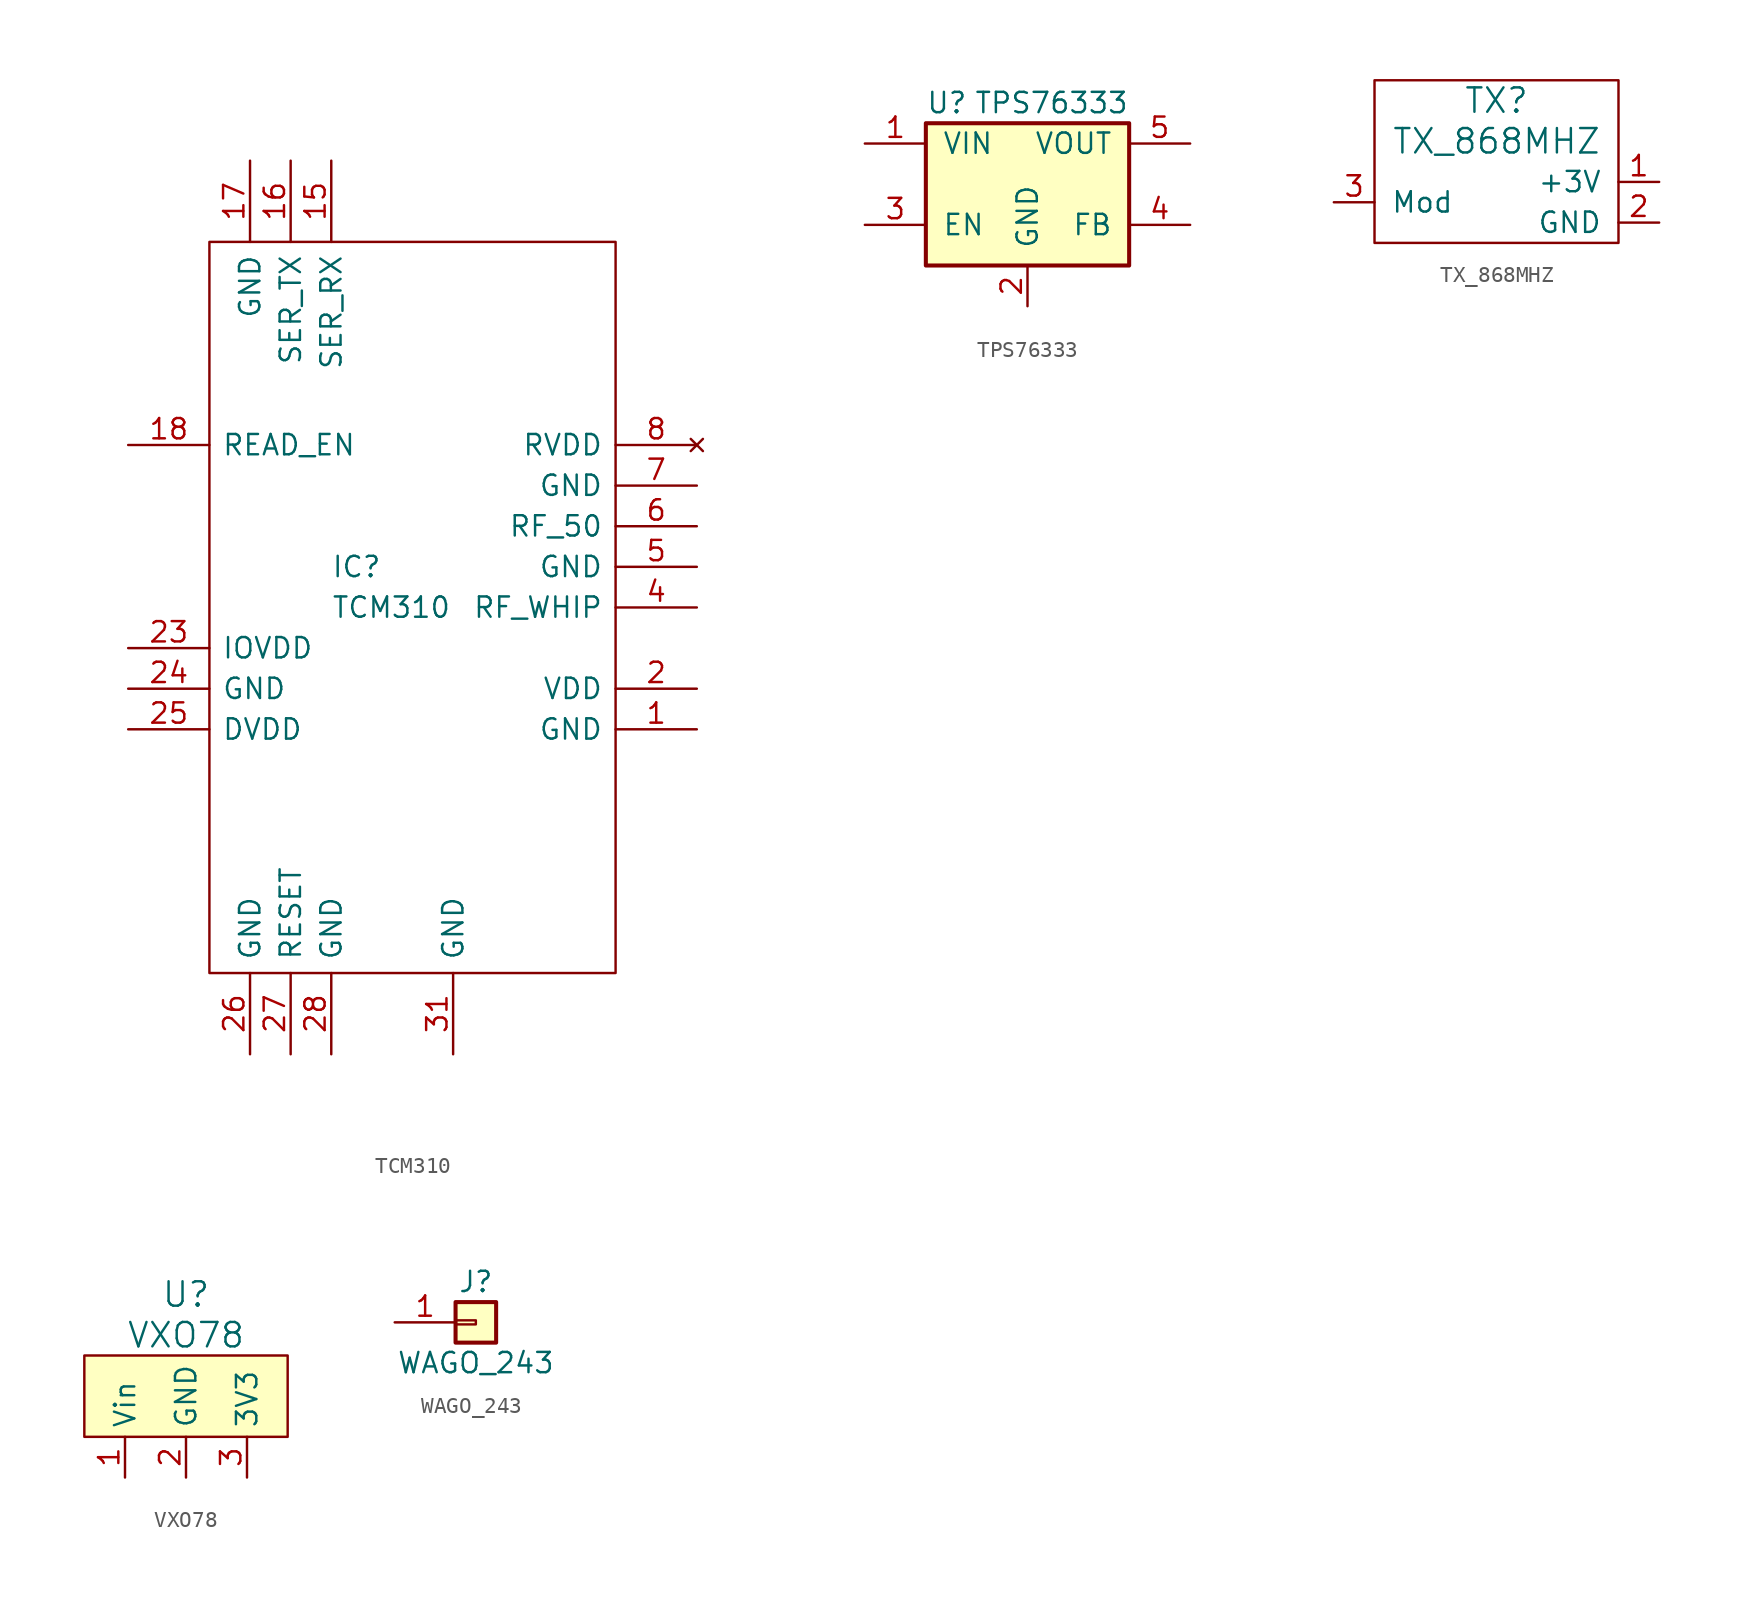
<source format=kicad_sym>
(kicad_symbol_lib
  (version 20220126)
  (generator kicad_symbol_editor)
  (symbol "TCM310"
    (pin_names
      (offset 0.762))
    (property "Reference" "IC"
      (at 12.7 -7.62 0)
      (effects (font (size 1.27 1.27)) (justify left)))
    (property "Value" "TCM310"
      (at 12.7 -10.16 0)
      (effects (font (size 1.27 1.27)) (justify left)))
    (symbol "TCM310_0_0"
      (pin power_in line (at 35.56 -17.78 180) (length 5.08) (name "GND" (effects (font (size 1.27 1.27)))) (number "1" (effects (font (size 1.27 1.27)))))
      (pin input line (at 12.7 17.78 270) (length 5.08) (name "SER_RX" (effects (font (size 1.27 1.27)))) (number "15" (effects (font (size 1.27 1.27)))))
      (pin output line (at 10.16 17.78 270) (length 5.08) (name "SER_TX" (effects (font (size 1.27 1.27)))) (number "16" (effects (font (size 1.27 1.27)))))
      (pin power_in line (at 7.62 17.78 270) (length 5.08) (name "GND" (effects (font (size 1.27 1.27)))) (number "17" (effects (font (size 1.27 1.27)))))
      (pin input line (at 0 0 0) (length 5.08) (name "READ_EN" (effects (font (size 1.27 1.27)))) (number "18" (effects (font (size 1.27 1.27)))))
      (pin power_in line (at 35.56 -15.24 180) (length 5.08) (name "VDD" (effects (font (size 1.27 1.27)))) (number "2" (effects (font (size 1.27 1.27)))))
      (pin power_in line (at 0 -12.7 0) (length 5.08) (name "IOVDD" (effects (font (size 1.27 1.27)))) (number "23" (effects (font (size 1.27 1.27)))))
      (pin power_in line (at 0 -15.24 0) (length 5.08) (name "GND" (effects (font (size 1.27 1.27)))) (number "24" (effects (font (size 1.27 1.27)))))
      (pin power_out line (at 0 -17.78 0) (length 5.08) (name "DVDD" (effects (font (size 1.27 1.27)))) (number "25" (effects (font (size 1.27 1.27)))))
      (pin power_in line (at 7.62 -38.1 90) (length 5.08) (name "GND" (effects (font (size 1.27 1.27)))) (number "26" (effects (font (size 1.27 1.27)))))
      (pin input line (at 10.16 -38.1 90) (length 5.08) (name "RESET" (effects (font (size 1.27 1.27)))) (number "27" (effects (font (size 1.27 1.27)))))
      (pin power_in line (at 12.7 -38.1 90) (length 5.08) (name "GND" (effects (font (size 1.27 1.27)))) (number "28" (effects (font (size 1.27 1.27)))))
      (pin power_in line (at 20.32 -38.1 90) (length 5.08) (name "GND" (effects (font (size 1.27 1.27)))) (number "31" (effects (font (size 1.27 1.27)))))
      (pin output line (at 35.56 -10.16 180) (length 5.08) (name "RF_WHIP" (effects (font (size 1.27 1.27)))) (number "4" (effects (font (size 1.27 1.27)))))
      (pin power_in line (at 35.56 -7.62 180) (length 5.08) (name "GND" (effects (font (size 1.27 1.27)))) (number "5" (effects (font (size 1.27 1.27)))))
      (pin output line (at 35.56 -5.08 180) (length 5.08) (name "RF_50" (effects (font (size 1.27 1.27)))) (number "6" (effects (font (size 1.27 1.27)))))
      (pin power_in line (at 35.56 -2.54 180) (length 5.08) (name "GND" (effects (font (size 1.27 1.27)))) (number "7" (effects (font (size 1.27 1.27)))))
      (pin no_connect line (at 35.56 0 180) (length 5.08) (name "RVDD" (effects (font (size 1.27 1.27)))) (number "8" (effects (font (size 1.27 1.27))))))
    (symbol "TCM310_0_1"
      (polyline (pts (xy 5.08 12.7) (xy 30.48 12.7) (xy 30.48 -33.02) (xy 5.08 -33.02) (xy 5.08 12.7)) (stroke (width 0.152) (type default)) (fill (type none)))))
  (symbol "TPS76333"
    (pin_names
      (offset 1.016))
    (property "Reference" "U"
      (at -6.35 5.08 0)
      (effects (font (size 1.27 1.27)) (justify left)))
    (property "Value" "TPS76333"
      (at 6.35 5.08 0)
      (effects (font (size 1.27 1.27)) (justify right)))
    (symbol "TPS76333_0_1"
      (rectangle (start -6.35 3.81) (end 6.35 -5.08) (stroke (width 0.254) (type default)) (fill (type background))))
    (symbol "TPS76333_1_1"
      (pin power_in line (at -10.16 2.54 0) (length 3.81) (name "VIN" (effects (font (size 1.27 1.27)))) (number "1" (effects (font (size 1.27 1.27)))))
      (pin power_in line (at 0 -7.62 90) (length 2.54) (name "GND" (effects (font (size 1.27 1.27)))) (number "2" (effects (font (size 1.27 1.27)))))
      (pin input line (at -10.16 -2.54 0) (length 3.81) (name "EN" (effects (font (size 1.27 1.27)))) (number "3" (effects (font (size 1.27 1.27)))))
      (pin input line (at 10.16 -2.54 180) (length 3.81) (name "FB" (effects (font (size 1.27 1.27)))) (number "4" (effects (font (size 1.27 1.27)))))
      (pin power_out line (at 10.16 2.54 180) (length 3.81) (name "VOUT" (effects (font (size 1.27 1.27)))) (number "5" (effects (font (size 1.27 1.27)))))))
  (symbol "TX_868MHZ"
    (pin_names
      (offset 1.016))
    (property "Reference" "TX"
      (at 0 -1.27 0)
      (effects (font (size 1.524 1.524))))
    (property "Value" "TX_868MHZ"
      (at 0 -3.81 0)
      (effects (font (size 1.524 1.524))))
    (symbol "TX_868MHZ_0_1"
      (rectangle (start -7.62 0) (end 7.62 -10.16) (stroke (width 0) (type default)) (fill (type none))))
    (symbol "TX_868MHZ_1_1"
      (pin power_in line (at 10.16 -6.35 180) (length 2.54) (name "+3V" (effects (font (size 1.27 1.27)))) (number "1" (effects (font (size 1.27 1.27)))))
      (pin power_in line (at 10.16 -8.89 180) (length 2.54) (name "GND" (effects (font (size 1.27 1.27)))) (number "2" (effects (font (size 1.27 1.27)))))
      (pin input line (at -10.16 -7.62 0) (length 2.54) (name "Mod" (effects (font (size 1.27 1.27)))) (number "3" (effects (font (size 1.27 1.27)))))))
  (symbol "VXO78"
    (property "Reference" "U"
      (at 0 8.89 0)
      (effects (font (size 1.524 1.524))))
    (property "Value" "VXO78"
      (at 0 6.35 0)
      (effects (font (size 1.524 1.524))))
    (symbol "VXO78_0_1"
      (rectangle (start -6.35 0) (end 6.35 5.08) (stroke (width 0) (type default)) (fill (type background))))
    (symbol "VXO78_1_1"
      (pin power_in line (at -3.81 -2.54 90) (length 2.54) (name "Vin" (effects (font (size 1.27 1.27)))) (number "1" (effects (font (size 1.27 1.27)))))
      (pin power_in line (at 0 -2.54 90) (length 2.54) (name "GND" (effects (font (size 1.27 1.27)))) (number "2" (effects (font (size 1.27 1.27)))))
      (pin power_out line (at 3.81 -2.54 90) (length 2.54) (name "3V3" (effects (font (size 1.27 1.27)))) (number "3" (effects (font (size 1.27 1.27)))))))
  (symbol "WAGO_243"
    (pin_names
      (offset 1.016) hide)
    (property "Reference" "J"
      (at 0 2.54 0)
      (effects (font (size 1.27 1.27))))
    (property "Value" "WAGO_243"
      (at 0 -2.54 0)
      (effects (font (size 1.27 1.27))))
    (symbol "WAGO_243_1_1"
      (rectangle (start -1.27 0.127) (end 0 -0.127) (stroke (width 0.152) (type default)) (fill (type none)))
      (rectangle (start -1.27 1.27) (end 1.27 -1.27) (stroke (width 0.254) (type default)) (fill (type background)))
      (pin passive line (at -5.08 0 0) (length 3.81) (name "Pin_1" (effects (font (size 1.27 1.27)))) (number "1" (effects (font (size 1.27 1.27))))))))
</source>
